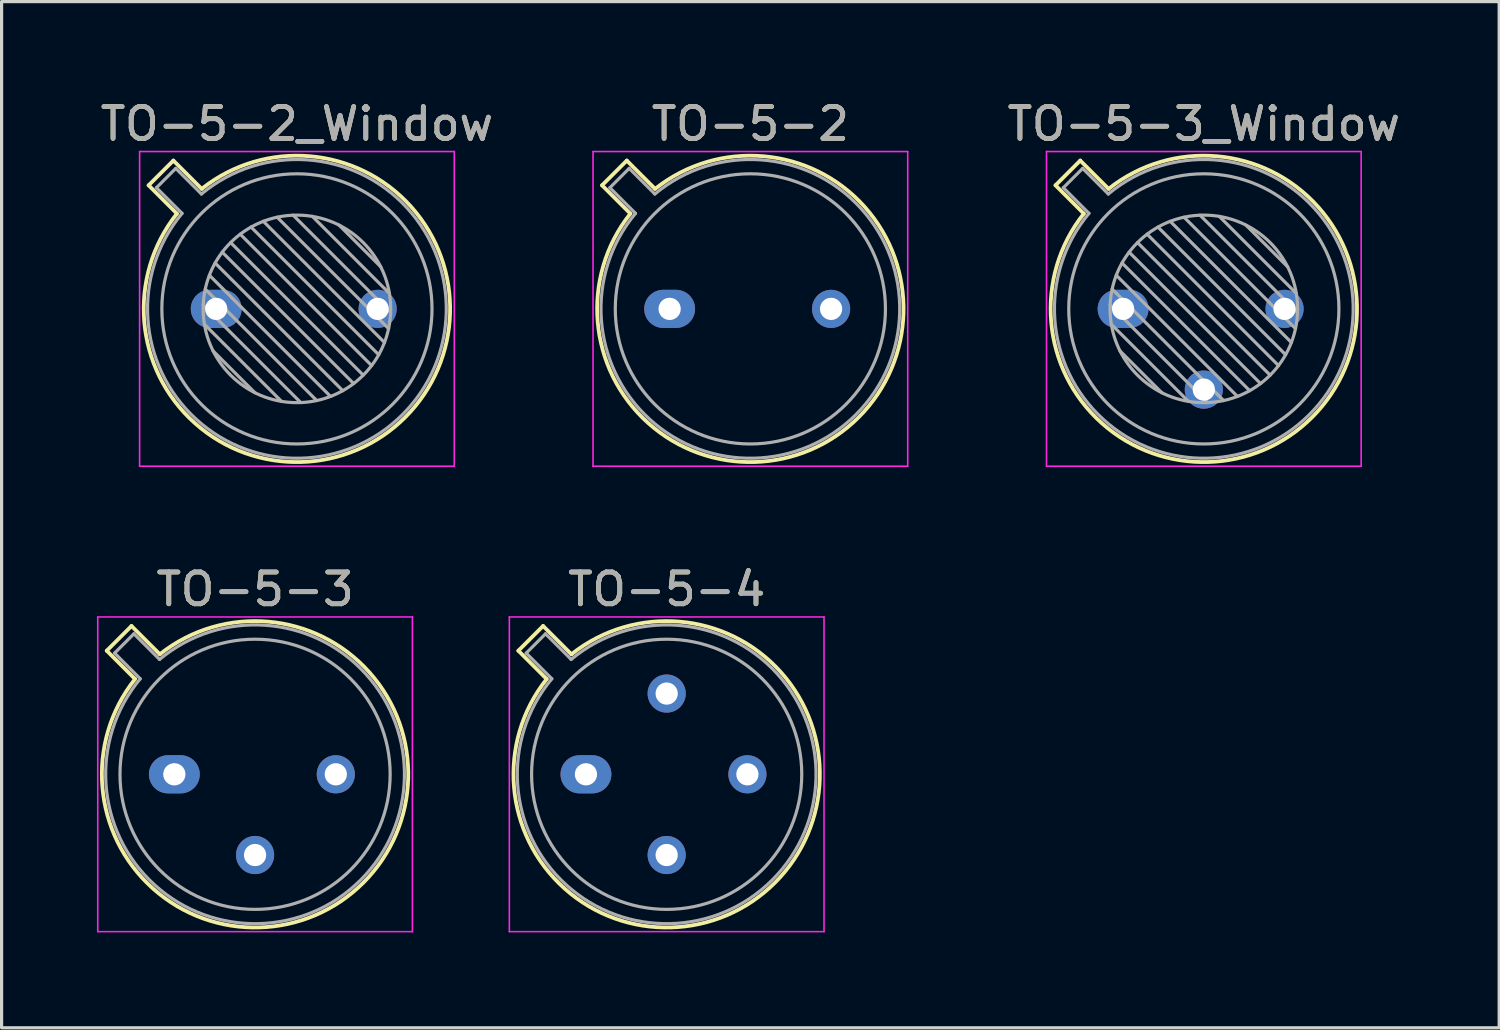
<source format=kicad_pcb>
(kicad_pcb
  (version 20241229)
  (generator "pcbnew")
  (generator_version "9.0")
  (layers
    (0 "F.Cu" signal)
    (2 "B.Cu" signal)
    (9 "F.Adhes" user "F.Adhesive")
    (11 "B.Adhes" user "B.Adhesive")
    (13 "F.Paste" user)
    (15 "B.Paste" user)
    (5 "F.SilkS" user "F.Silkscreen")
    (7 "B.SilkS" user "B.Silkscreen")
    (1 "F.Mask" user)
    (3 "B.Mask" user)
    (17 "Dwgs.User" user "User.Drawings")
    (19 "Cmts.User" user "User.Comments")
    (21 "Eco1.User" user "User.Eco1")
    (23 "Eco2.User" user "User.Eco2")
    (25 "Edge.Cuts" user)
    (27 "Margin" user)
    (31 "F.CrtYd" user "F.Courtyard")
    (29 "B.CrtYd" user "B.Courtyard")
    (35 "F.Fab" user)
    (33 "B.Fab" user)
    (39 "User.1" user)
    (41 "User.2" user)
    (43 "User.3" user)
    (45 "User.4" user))
  (footprint "TO-5-2_Window"
    (layer "F.Cu")
    (at 3.752 6.668)
    (property "Reference" "TO-5-2_Window" (at 2.54 -5.82 0) (layer "F.SilkS") (effects (font (size 1 1) (thickness 0.15))))
    (attr through_hole)
    (fp_line (start -2.126 -3.888) (end -1.235 -2.997) (stroke (width 0.12) (type solid)) (layer "F.SilkS"))
    (fp_line (start -1.348 -4.666) (end -2.126 -3.888) (stroke (width 0.12) (type solid)) (layer "F.SilkS"))
    (fp_line (start -0.457 -3.775) (end -1.348 -4.666) (stroke (width 0.12) (type solid)) (layer "F.SilkS"))
    (fp_arc (start -0.457084 -3.774902) (mid 5.948125 3.408384) (end -1.234674 -2.997371) (stroke (width 0.12) (type solid)) (layer "F.SilkS"))
    (fp_line (start -2.41 -4.95) (end -2.41 4.95) (stroke (width 0.05) (type solid)) (layer "F.CrtYd"))
    (fp_line (start -2.41 4.95) (end 7.49 4.95) (stroke (width 0.05) (type solid)) (layer "F.CrtYd"))
    (fp_line (start 7.49 -4.95) (end -2.41 -4.95) (stroke (width 0.05) (type solid)) (layer "F.CrtYd"))
    (fp_line (start 7.49 4.95) (end 7.49 -4.95) (stroke (width 0.05) (type solid)) (layer "F.CrtYd"))
    (fp_line (start -1.88 -3.812) (end -1.074 -3.005) (stroke (width 0.1) (type solid)) (layer "F.Fab"))
    (fp_line (start -1.272 -4.42) (end -1.88 -3.812) (stroke (width 0.1) (type solid)) (layer "F.Fab"))
    (fp_line (start -0.465 -3.614) (end -1.272 -4.42) (stroke (width 0.1) (type solid)) (layer "F.Fab"))
    (fp_line (start -0.408 -0.12) (end 2.66 2.948) (stroke (width 0.1) (type solid)) (layer "F.Fab"))
    (fp_line (start -0.371 0.485) (end 2.055 2.911) (stroke (width 0.1) (type solid)) (layer "F.Fab"))
    (fp_line (start -0.344 -0.622) (end 3.162 2.884) (stroke (width 0.1) (type solid)) (layer "F.Fab"))
    (fp_line (start -0.215 -1.058) (end 3.598 2.755) (stroke (width 0.1) (type solid)) (layer "F.Fab"))
    (fp_line (start -0.097 1.324) (end 1.216 2.637) (stroke (width 0.1) (type solid)) (layer "F.Fab"))
    (fp_line (start -0.034 -1.443) (end 3.983 2.574) (stroke (width 0.1) (type solid)) (layer "F.Fab"))
    (fp_line (start 0.19 -1.784) (end 4.324 2.35) (stroke (width 0.1) (type solid)) (layer "F.Fab"))
    (fp_line (start 0.454 -2.086) (end 4.626 2.086) (stroke (width 0.1) (type solid)) (layer "F.Fab"))
    (fp_line (start 0.756 -2.35) (end 4.89 1.784) (stroke (width 0.1) (type solid)) (layer "F.Fab"))
    (fp_line (start 1.097 -2.574) (end 5.114 1.443) (stroke (width 0.1) (type solid)) (layer "F.Fab"))
    (fp_line (start 1.482 -2.755) (end 5.295 1.058) (stroke (width 0.1) (type solid)) (layer "F.Fab"))
    (fp_line (start 1.918 -2.884) (end 5.424 0.622) (stroke (width 0.1) (type solid)) (layer "F.Fab"))
    (fp_line (start 2.42 -2.948) (end 5.488 0.12) (stroke (width 0.1) (type solid)) (layer "F.Fab"))
    (fp_line (start 3.025 -2.911) (end 5.451 -0.485) (stroke (width 0.1) (type solid)) (layer "F.Fab"))
    (fp_line (start 3.864 -2.637) (end 5.177 -1.324) (stroke (width 0.1) (type solid)) (layer "F.Fab"))
    (fp_arc (start -0.465408 -3.61352) (mid 5.863443 3.323361) (end -1.073594 -3.005319) (stroke (width 0.1) (type solid)) (layer "F.Fab"))
    (fp_circle (center 2.54 0) (end 5.49 0) (stroke (width 0.1) (type solid)) (fill no) (layer "F.Fab"))
    (fp_circle (center 2.54 0) (end 6.79 0) (stroke (width 0.1) (type solid)) (fill no) (layer "F.Fab"))
    (fp_text user "${REFERENCE}" (at 2.54 -5.82 0) (layer "F.Fab") (effects (font (size 1 1) (thickness 0.15))))
    (pad "1" thru_hole oval (at 0 0) (size 1.6 1.2) (drill 0.7) (layers "*.Cu" "*.Mask"))
    (pad "2" thru_hole oval (at 5.08 0) (size 1.2 1.2) (drill 0.7) (layers "*.Cu" "*.Mask")))
  (footprint "TO-5-3"
    (layer "F.Cu")
    (at 2.435 21.311)
    (property "Reference" "TO-5-3" (at 2.54 -5.82 0) (layer "F.SilkS") (effects (font (size 1 1) (thickness 0.15))))
    (attr through_hole)
    (fp_line (start -2.126 -3.888) (end -1.235 -2.997) (stroke (width 0.12) (type solid)) (layer "F.SilkS"))
    (fp_line (start -1.348 -4.666) (end -2.126 -3.888) (stroke (width 0.12) (type solid)) (layer "F.SilkS"))
    (fp_line (start -0.457 -3.775) (end -1.348 -4.666) (stroke (width 0.12) (type solid)) (layer "F.SilkS"))
    (fp_arc (start -0.457084 -3.774902) (mid 5.948125 3.408384) (end -1.234674 -2.997371) (stroke (width 0.12) (type solid)) (layer "F.SilkS"))
    (fp_line (start -2.41 -4.95) (end -2.41 4.95) (stroke (width 0.05) (type solid)) (layer "F.CrtYd"))
    (fp_line (start -2.41 4.95) (end 7.49 4.95) (stroke (width 0.05) (type solid)) (layer "F.CrtYd"))
    (fp_line (start 7.49 -4.95) (end -2.41 -4.95) (stroke (width 0.05) (type solid)) (layer "F.CrtYd"))
    (fp_line (start 7.49 4.95) (end 7.49 -4.95) (stroke (width 0.05) (type solid)) (layer "F.CrtYd"))
    (fp_line (start -1.88 -3.812) (end -1.074 -3.005) (stroke (width 0.1) (type solid)) (layer "F.Fab"))
    (fp_line (start -1.272 -4.42) (end -1.88 -3.812) (stroke (width 0.1) (type solid)) (layer "F.Fab"))
    (fp_line (start -0.465 -3.614) (end -1.272 -4.42) (stroke (width 0.1) (type solid)) (layer "F.Fab"))
    (fp_arc (start -0.465408 -3.61352) (mid 5.863443 3.323361) (end -1.073594 -3.005319) (stroke (width 0.1) (type solid)) (layer "F.Fab"))
    (fp_circle (center 2.54 0) (end 6.79 0) (stroke (width 0.1) (type solid)) (fill no) (layer "F.Fab"))
    (fp_text user "${REFERENCE}" (at 2.54 -5.82 0) (layer "F.Fab") (effects (font (size 1 1) (thickness 0.15))))
    (pad "1" thru_hole oval (at 0 0) (size 1.6 1.2) (drill 0.7) (layers "*.Cu" "*.Mask"))
    (pad "2" thru_hole oval (at 2.54 2.54) (size 1.2 1.2) (drill 0.7) (layers "*.Cu" "*.Mask"))
    (pad "3" thru_hole oval (at 5.08 0) (size 1.2 1.2) (drill 0.7) (layers "*.Cu" "*.Mask")))
  (footprint "TO-5-2"
    (layer "F.Cu")
    (at 18.018 6.668)
    (property "Reference" "TO-5-2" (at 2.54 -5.82 0) (layer "F.SilkS") (effects (font (size 1 1) (thickness 0.15))))
    (attr through_hole)
    (fp_line (start -2.126 -3.888) (end -1.235 -2.997) (stroke (width 0.12) (type solid)) (layer "F.SilkS"))
    (fp_line (start -1.348 -4.666) (end -2.126 -3.888) (stroke (width 0.12) (type solid)) (layer "F.SilkS"))
    (fp_line (start -0.457 -3.775) (end -1.348 -4.666) (stroke (width 0.12) (type solid)) (layer "F.SilkS"))
    (fp_arc (start -0.457084 -3.774902) (mid 5.948125 3.408384) (end -1.234674 -2.997371) (stroke (width 0.12) (type solid)) (layer "F.SilkS"))
    (fp_line (start -2.41 -4.95) (end -2.41 4.95) (stroke (width 0.05) (type solid)) (layer "F.CrtYd"))
    (fp_line (start -2.41 4.95) (end 7.49 4.95) (stroke (width 0.05) (type solid)) (layer "F.CrtYd"))
    (fp_line (start 7.49 -4.95) (end -2.41 -4.95) (stroke (width 0.05) (type solid)) (layer "F.CrtYd"))
    (fp_line (start 7.49 4.95) (end 7.49 -4.95) (stroke (width 0.05) (type solid)) (layer "F.CrtYd"))
    (fp_line (start -1.88 -3.812) (end -1.074 -3.005) (stroke (width 0.1) (type solid)) (layer "F.Fab"))
    (fp_line (start -1.272 -4.42) (end -1.88 -3.812) (stroke (width 0.1) (type solid)) (layer "F.Fab"))
    (fp_line (start -0.465 -3.614) (end -1.272 -4.42) (stroke (width 0.1) (type solid)) (layer "F.Fab"))
    (fp_arc (start -0.465408 -3.61352) (mid 5.863443 3.323361) (end -1.073594 -3.005319) (stroke (width 0.1) (type solid)) (layer "F.Fab"))
    (fp_circle (center 2.54 0) (end 6.79 0) (stroke (width 0.1) (type solid)) (fill no) (layer "F.Fab"))
    (fp_text user "${REFERENCE}" (at 2.54 -5.82 0) (layer "F.Fab") (effects (font (size 1 1) (thickness 0.15))))
    (pad "1" thru_hole oval (at 0 0) (size 1.6 1.2) (drill 0.7) (layers "*.Cu" "*.Mask"))
    (pad "2" thru_hole oval (at 5.08 0) (size 1.2 1.2) (drill 0.7) (layers "*.Cu" "*.Mask")))
  (footprint "TO-5-3_Window"
    (layer "F.Cu")
    (at 32.285 6.668)
    (property "Reference" "TO-5-3_Window" (at 2.54 -5.82 0) (layer "F.SilkS") (effects (font (size 1 1) (thickness 0.15))))
    (attr through_hole)
    (fp_line (start -2.126 -3.888) (end -1.235 -2.997) (stroke (width 0.12) (type solid)) (layer "F.SilkS"))
    (fp_line (start -1.348 -4.666) (end -2.126 -3.888) (stroke (width 0.12) (type solid)) (layer "F.SilkS"))
    (fp_line (start -0.457 -3.775) (end -1.348 -4.666) (stroke (width 0.12) (type solid)) (layer "F.SilkS"))
    (fp_arc (start -0.457084 -3.774902) (mid 5.948125 3.408384) (end -1.234674 -2.997371) (stroke (width 0.12) (type solid)) (layer "F.SilkS"))
    (fp_line (start -2.41 -4.95) (end -2.41 4.95) (stroke (width 0.05) (type solid)) (layer "F.CrtYd"))
    (fp_line (start -2.41 4.95) (end 7.49 4.95) (stroke (width 0.05) (type solid)) (layer "F.CrtYd"))
    (fp_line (start 7.49 -4.95) (end -2.41 -4.95) (stroke (width 0.05) (type solid)) (layer "F.CrtYd"))
    (fp_line (start 7.49 4.95) (end 7.49 -4.95) (stroke (width 0.05) (type solid)) (layer "F.CrtYd"))
    (fp_line (start -1.88 -3.812) (end -1.074 -3.005) (stroke (width 0.1) (type solid)) (layer "F.Fab"))
    (fp_line (start -1.272 -4.42) (end -1.88 -3.812) (stroke (width 0.1) (type solid)) (layer "F.Fab"))
    (fp_line (start -0.465 -3.614) (end -1.272 -4.42) (stroke (width 0.1) (type solid)) (layer "F.Fab"))
    (fp_line (start -0.408 -0.12) (end 2.66 2.948) (stroke (width 0.1) (type solid)) (layer "F.Fab"))
    (fp_line (start -0.371 0.485) (end 2.055 2.911) (stroke (width 0.1) (type solid)) (layer "F.Fab"))
    (fp_line (start -0.344 -0.622) (end 3.162 2.884) (stroke (width 0.1) (type solid)) (layer "F.Fab"))
    (fp_line (start -0.215 -1.058) (end 3.598 2.755) (stroke (width 0.1) (type solid)) (layer "F.Fab"))
    (fp_line (start -0.097 1.324) (end 1.216 2.637) (stroke (width 0.1) (type solid)) (layer "F.Fab"))
    (fp_line (start -0.034 -1.443) (end 3.983 2.574) (stroke (width 0.1) (type solid)) (layer "F.Fab"))
    (fp_line (start 0.19 -1.784) (end 4.324 2.35) (stroke (width 0.1) (type solid)) (layer "F.Fab"))
    (fp_line (start 0.454 -2.086) (end 4.626 2.086) (stroke (width 0.1) (type solid)) (layer "F.Fab"))
    (fp_line (start 0.756 -2.35) (end 4.89 1.784) (stroke (width 0.1) (type solid)) (layer "F.Fab"))
    (fp_line (start 1.097 -2.574) (end 5.114 1.443) (stroke (width 0.1) (type solid)) (layer "F.Fab"))
    (fp_line (start 1.482 -2.755) (end 5.295 1.058) (stroke (width 0.1) (type solid)) (layer "F.Fab"))
    (fp_line (start 1.918 -2.884) (end 5.424 0.622) (stroke (width 0.1) (type solid)) (layer "F.Fab"))
    (fp_line (start 2.42 -2.948) (end 5.488 0.12) (stroke (width 0.1) (type solid)) (layer "F.Fab"))
    (fp_line (start 3.025 -2.911) (end 5.451 -0.485) (stroke (width 0.1) (type solid)) (layer "F.Fab"))
    (fp_line (start 3.864 -2.637) (end 5.177 -1.324) (stroke (width 0.1) (type solid)) (layer "F.Fab"))
    (fp_arc (start -0.465408 -3.61352) (mid 5.863443 3.323361) (end -1.073594 -3.005319) (stroke (width 0.1) (type solid)) (layer "F.Fab"))
    (fp_circle (center 2.54 0) (end 5.49 0) (stroke (width 0.1) (type solid)) (fill no) (layer "F.Fab"))
    (fp_circle (center 2.54 0) (end 6.79 0) (stroke (width 0.1) (type solid)) (fill no) (layer "F.Fab"))
    (fp_text user "${REFERENCE}" (at 2.54 -5.82 0) (layer "F.Fab") (effects (font (size 1 1) (thickness 0.15))))
    (pad "1" thru_hole oval (at 0 0) (size 1.6 1.2) (drill 0.7) (layers "*.Cu" "*.Mask"))
    (pad "2" thru_hole oval (at 2.54 2.54) (size 1.2 1.2) (drill 0.7) (layers "*.Cu" "*.Mask"))
    (pad "3" thru_hole oval (at 5.08 0) (size 1.2 1.2) (drill 0.7) (layers "*.Cu" "*.Mask")))
  (footprint "TO-5-4"
    (layer "F.Cu")
    (at 15.385 21.311)
    (property "Reference" "TO-5-4" (at 2.54 -5.82 0) (layer "F.SilkS") (effects (font (size 1 1) (thickness 0.15))))
    (attr through_hole)
    (fp_line (start -2.126 -3.888) (end -1.235 -2.997) (stroke (width 0.12) (type solid)) (layer "F.SilkS"))
    (fp_line (start -1.348 -4.666) (end -2.126 -3.888) (stroke (width 0.12) (type solid)) (layer "F.SilkS"))
    (fp_line (start -0.457 -3.775) (end -1.348 -4.666) (stroke (width 0.12) (type solid)) (layer "F.SilkS"))
    (fp_arc (start -0.457084 -3.774902) (mid 5.948125 3.408384) (end -1.234674 -2.997371) (stroke (width 0.12) (type solid)) (layer "F.SilkS"))
    (fp_line (start -2.41 -4.95) (end -2.41 4.95) (stroke (width 0.05) (type solid)) (layer "F.CrtYd"))
    (fp_line (start -2.41 4.95) (end 7.49 4.95) (stroke (width 0.05) (type solid)) (layer "F.CrtYd"))
    (fp_line (start 7.49 -4.95) (end -2.41 -4.95) (stroke (width 0.05) (type solid)) (layer "F.CrtYd"))
    (fp_line (start 7.49 4.95) (end 7.49 -4.95) (stroke (width 0.05) (type solid)) (layer "F.CrtYd"))
    (fp_line (start -1.88 -3.812) (end -1.074 -3.005) (stroke (width 0.1) (type solid)) (layer "F.Fab"))
    (fp_line (start -1.272 -4.42) (end -1.88 -3.812) (stroke (width 0.1) (type solid)) (layer "F.Fab"))
    (fp_line (start -0.465 -3.614) (end -1.272 -4.42) (stroke (width 0.1) (type solid)) (layer "F.Fab"))
    (fp_arc (start -0.465408 -3.61352) (mid 5.863443 3.323361) (end -1.073594 -3.005319) (stroke (width 0.1) (type solid)) (layer "F.Fab"))
    (fp_circle (center 2.54 0) (end 6.79 0) (stroke (width 0.1) (type solid)) (fill no) (layer "F.Fab"))
    (fp_text user "${REFERENCE}" (at 2.54 -5.82 0) (layer "F.Fab") (effects (font (size 1 1) (thickness 0.15))))
    (pad "1" thru_hole oval (at 0 0) (size 1.6 1.2) (drill 0.7) (layers "*.Cu" "*.Mask"))
    (pad "2" thru_hole oval (at 2.54 2.54) (size 1.2 1.2) (drill 0.7) (layers "*.Cu" "*.Mask"))
    (pad "3" thru_hole oval (at 5.08 0) (size 1.2 1.2) (drill 0.7) (layers "*.Cu" "*.Mask"))
    (pad "4" thru_hole oval (at 2.54 -2.54) (size 1.2 1.2) (drill 0.7) (layers "*.Cu" "*.Mask")))
  (gr_rect
    (start -3 -3)
    (end 44.117 29.287)
    (stroke (width 0.1) (type default))
    (fill no)
    (layer "Edge.Cuts")))
</source>
